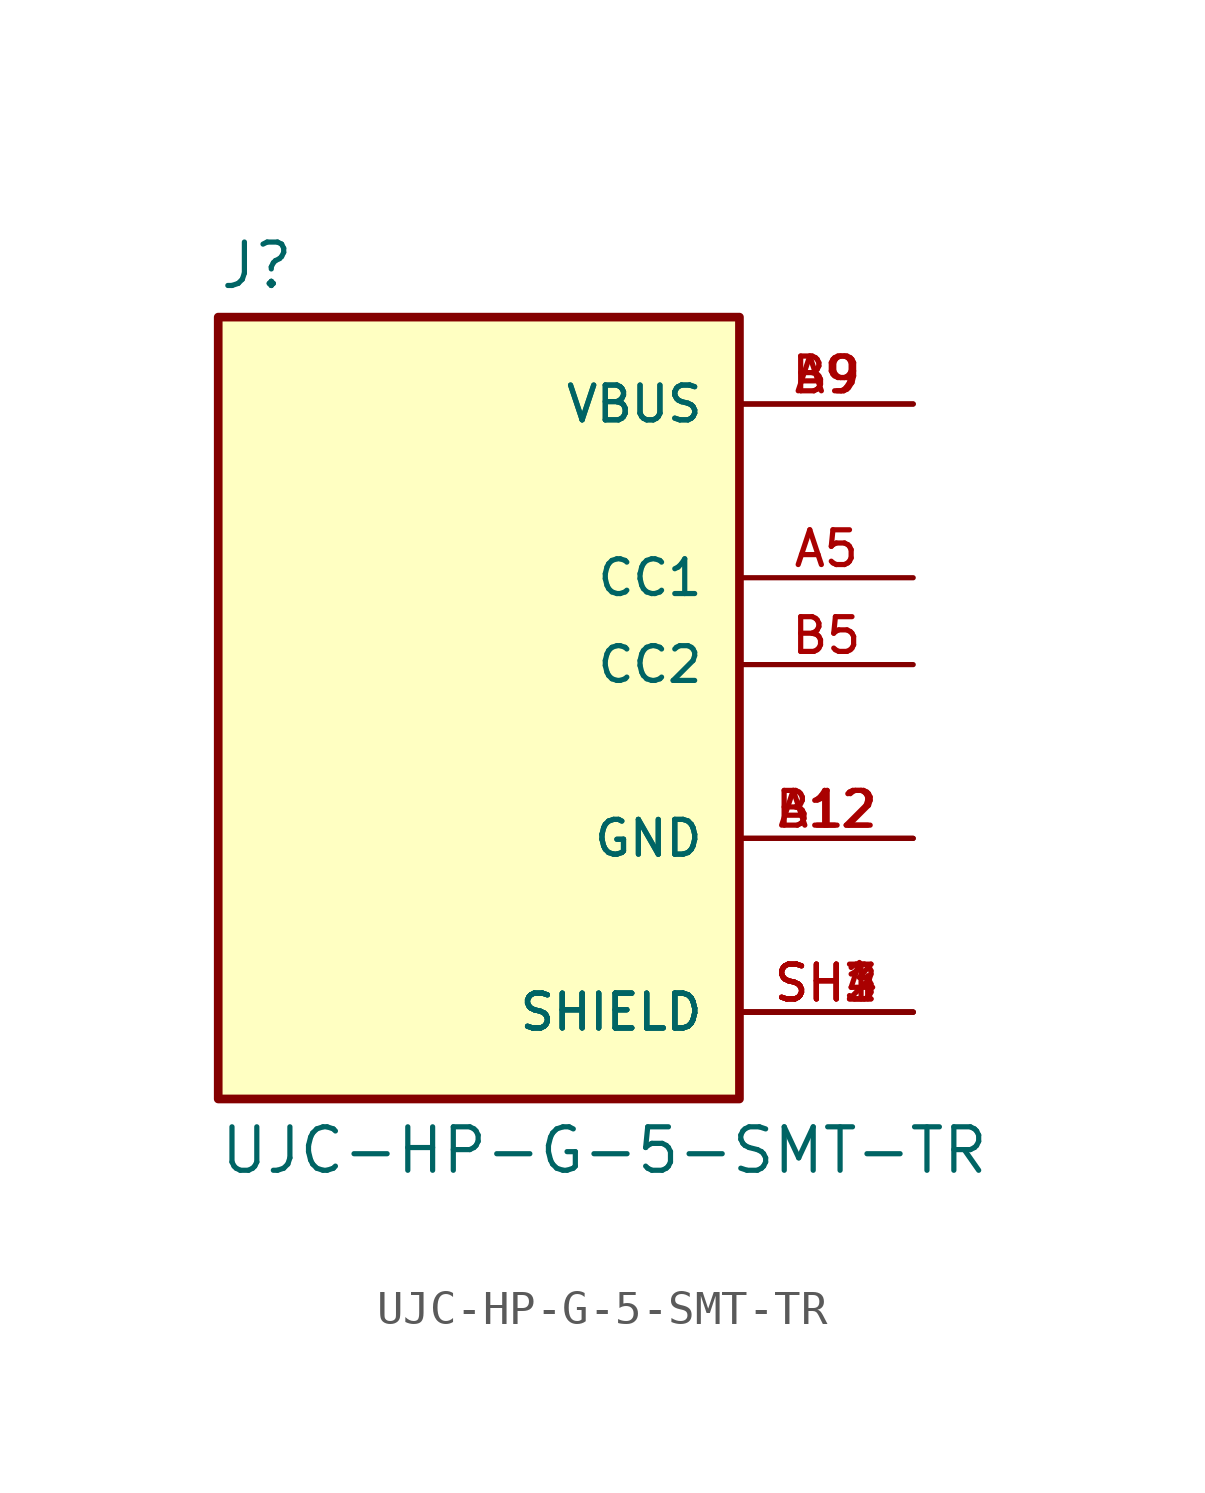
<source format=kicad_sym>
(kicad_symbol_lib
  (version 20211014)
  (generator kicad_symbol_editor)
  (symbol "UJC-HP-G-5-SMT-TR"
    (pin_names
      (offset 1.016))
    (property "Reference" "J"
      (at -7.62 10.922 0)
      (effects (font (size 1.27 1.27)) (justify bottom left)))
    (property "Value" "UJC-HP-G-5-SMT-TR"
      (at -7.62 -13.462 0)
      (effects (font (size 1.27 1.27)) (justify top left)))
    (symbol "UJC-HP-G-5-SMT-TR_0_0"
      (rectangle (start -7.62 -12.7) (end 7.62 10.16) (stroke (width 0.254)) (fill (type background)))
      (pin power_in line (at 12.7 7.62 180.0) (length 5.08) (name "VBUS" (effects (font (size 1.016 1.016)))) (number "A9" (effects (font (size 1.016 1.016)))))
      (pin power_in line (at 12.7 7.62 180.0) (length 5.08) (name "VBUS" (effects (font (size 1.016 1.016)))) (number "B9" (effects (font (size 1.016 1.016)))))
      (pin passive line (at 12.7 -10.16 180.0) (length 5.08) (name "SHIELD" (effects (font (size 1.016 1.016)))) (number "SH1" (effects (font (size 1.016 1.016)))))
      (pin passive line (at 12.7 -10.16 180.0) (length 5.08) (name "SHIELD" (effects (font (size 1.016 1.016)))) (number "SH2" (effects (font (size 1.016 1.016)))))
      (pin passive line (at 12.7 -10.16 180.0) (length 5.08) (name "SHIELD" (effects (font (size 1.016 1.016)))) (number "SH3" (effects (font (size 1.016 1.016)))))
      (pin passive line (at 12.7 -10.16 180.0) (length 5.08) (name "SHIELD" (effects (font (size 1.016 1.016)))) (number "SH4" (effects (font (size 1.016 1.016)))))
      (pin power_in line (at 12.7 -5.08 180.0) (length 5.08) (name "GND" (effects (font (size 1.016 1.016)))) (number "A12" (effects (font (size 1.016 1.016)))))
      (pin power_in line (at 12.7 -5.08 180.0) (length 5.08) (name "GND" (effects (font (size 1.016 1.016)))) (number "B12" (effects (font (size 1.016 1.016)))))
      (pin passive line (at 12.7 2.54 180.0) (length 5.08) (name "CC1" (effects (font (size 1.016 1.016)))) (number "A5" (effects (font (size 1.016 1.016)))))
      (pin passive line (at 12.7 0.0 180.0) (length 5.08) (name "CC2" (effects (font (size 1.016 1.016)))) (number "B5" (effects (font (size 1.016 1.016))))))))
</source>
